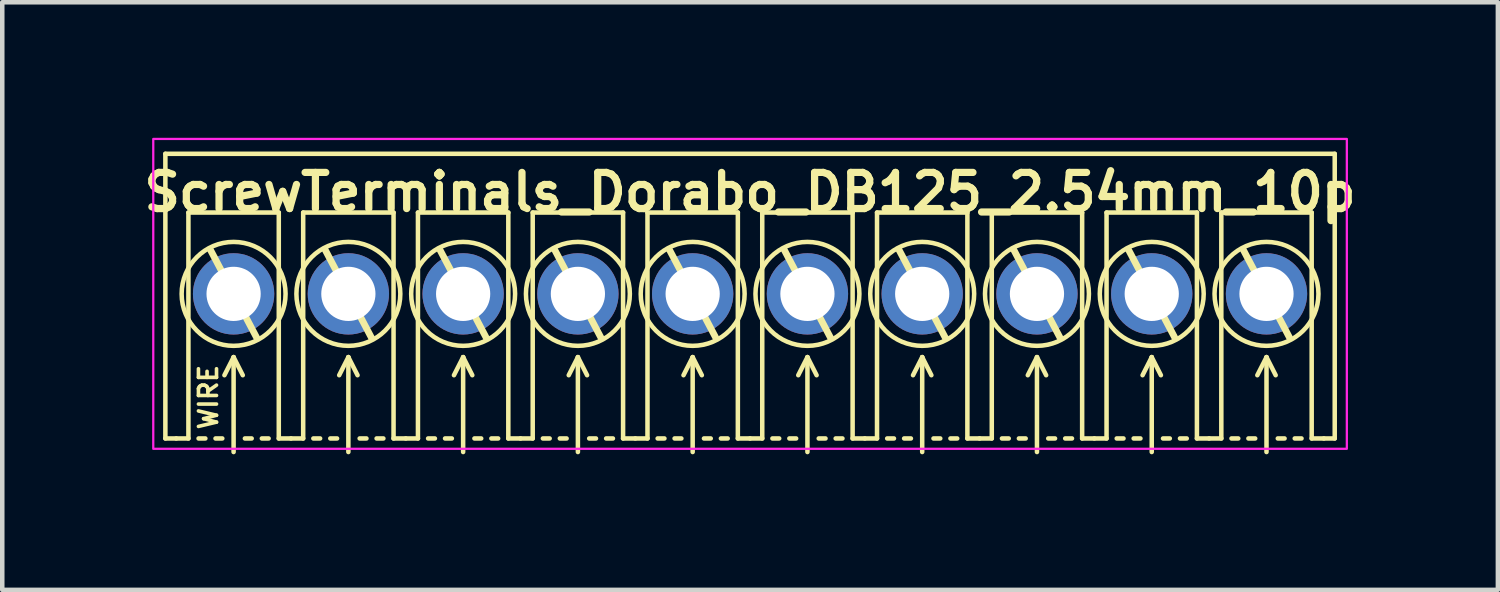
<source format=kicad_pcb>
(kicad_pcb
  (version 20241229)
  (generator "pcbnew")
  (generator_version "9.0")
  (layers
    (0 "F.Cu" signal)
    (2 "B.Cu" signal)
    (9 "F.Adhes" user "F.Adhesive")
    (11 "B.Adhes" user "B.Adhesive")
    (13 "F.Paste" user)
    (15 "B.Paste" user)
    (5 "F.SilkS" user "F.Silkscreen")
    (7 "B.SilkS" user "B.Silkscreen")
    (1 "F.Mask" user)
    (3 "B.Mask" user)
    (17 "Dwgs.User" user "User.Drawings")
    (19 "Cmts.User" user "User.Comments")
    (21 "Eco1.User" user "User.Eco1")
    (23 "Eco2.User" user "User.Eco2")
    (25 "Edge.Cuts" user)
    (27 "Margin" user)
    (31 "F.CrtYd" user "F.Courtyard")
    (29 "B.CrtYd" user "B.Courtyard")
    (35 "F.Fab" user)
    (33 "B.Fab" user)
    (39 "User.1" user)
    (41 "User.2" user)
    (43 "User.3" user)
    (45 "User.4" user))
  (footprint "ScrewTerminals_Dorabo_DB125_2.54mm_10p"
    (layer "F.Cu")
    (at 13.55 3.454)
    (property "Reference" "ScrewTerminals_Dorabo_DB125_2.54mm_10p" (at 0 -2.25 0) (unlocked yes) (layer "F.SilkS") (effects (font (size 0.8 0.8) (thickness 0.16) (bold yes))))
    (attr through_hole)
    (fp_line (start -12.94 -3.1) (end 12.94 -3.1) (stroke (width 0.1) (type default)) (layer "F.SilkS"))
    (fp_line (start -12.94 3.2) (end -12.94 -3.1) (stroke (width 0.1) (type default)) (layer "F.SilkS"))
    (fp_line (start -12.94 3.2) (end -12.7 3.2) (stroke (width 0.1) (type default)) (layer "F.SilkS"))
    (fp_line (start -12.7 3.2) (end -12.43 3.2) (stroke (width 0.1) (type default)) (layer "F.SilkS"))
    (fp_line (start -12.43 -1.8) (end -10.43 -1.8) (stroke (width 0.1) (type solid)) (layer "F.SilkS"))
    (fp_line (start -12.43 3.2) (end -12.43 -1.8) (stroke (width 0.1) (type solid)) (layer "F.SilkS"))
    (fp_line (start -12.205 3.2) (end -12.055 3.2) (stroke (width 0.1) (type default)) (layer "F.SilkS"))
    (fp_line (start -11.938 -0.965) (end -10.922 0.965) (stroke (width 0.15) (type default)) (layer "F.SilkS"))
    (fp_line (start -11.83 3.2) (end -11.68 3.2) (stroke (width 0.1) (type default)) (layer "F.SilkS"))
    (fp_line (start -11.43 1.4) (end -11.633 1.8) (stroke (width 0.1) (type default)) (layer "F.SilkS"))
    (fp_line (start -11.43 1.4) (end -11.227 1.8) (stroke (width 0.1) (type default)) (layer "F.SilkS"))
    (fp_line (start -11.43 3.5) (end -11.43 1.4) (stroke (width 0.1) (type default)) (layer "F.SilkS"))
    (fp_line (start -11.18 3.2) (end -11.03 3.2) (stroke (width 0.1) (type default)) (layer "F.SilkS"))
    (fp_line (start -10.805 3.2) (end -10.655 3.2) (stroke (width 0.1) (type default)) (layer "F.SilkS"))
    (fp_line (start -10.43 -1.8) (end -10.43 3.2) (stroke (width 0.1) (type solid)) (layer "F.SilkS"))
    (fp_line (start -10.43 3.2) (end -10.16 3.2) (stroke (width 0.1) (type default)) (layer "F.SilkS"))
    (fp_line (start -10.16 3.2) (end -9.89 3.2) (stroke (width 0.1) (type default)) (layer "F.SilkS"))
    (fp_line (start -9.89 -1.8) (end -7.89 -1.8) (stroke (width 0.1) (type solid)) (layer "F.SilkS"))
    (fp_line (start -9.89 3.2) (end -9.89 -1.8) (stroke (width 0.1) (type solid)) (layer "F.SilkS"))
    (fp_line (start -9.665 3.2) (end -9.515 3.2) (stroke (width 0.1) (type default)) (layer "F.SilkS"))
    (fp_line (start -9.398 -0.965) (end -8.382 0.965) (stroke (width 0.15) (type default)) (layer "F.SilkS"))
    (fp_line (start -9.29 3.2) (end -9.14 3.2) (stroke (width 0.1) (type default)) (layer "F.SilkS"))
    (fp_line (start -8.89 1.4) (end -9.093 1.8) (stroke (width 0.1) (type default)) (layer "F.SilkS"))
    (fp_line (start -8.89 1.4) (end -8.687 1.8) (stroke (width 0.1) (type default)) (layer "F.SilkS"))
    (fp_line (start -8.89 3.5) (end -8.89 1.4) (stroke (width 0.1) (type default)) (layer "F.SilkS"))
    (fp_line (start -8.64 3.2) (end -8.49 3.2) (stroke (width 0.1) (type default)) (layer "F.SilkS"))
    (fp_line (start -8.265 3.2) (end -8.115 3.2) (stroke (width 0.1) (type default)) (layer "F.SilkS"))
    (fp_line (start -7.89 -1.8) (end -7.89 3.2) (stroke (width 0.1) (type solid)) (layer "F.SilkS"))
    (fp_line (start -7.89 3.2) (end -7.62 3.2) (stroke (width 0.1) (type default)) (layer "F.SilkS"))
    (fp_line (start -7.62 3.2) (end -7.35 3.2) (stroke (width 0.1) (type default)) (layer "F.SilkS"))
    (fp_line (start -7.35 -1.8) (end -5.35 -1.8) (stroke (width 0.1) (type solid)) (layer "F.SilkS"))
    (fp_line (start -7.35 3.2) (end -7.35 -1.8) (stroke (width 0.1) (type solid)) (layer "F.SilkS"))
    (fp_line (start -7.125 3.2) (end -6.975 3.2) (stroke (width 0.1) (type default)) (layer "F.SilkS"))
    (fp_line (start -6.858 -0.965) (end -5.842 0.965) (stroke (width 0.15) (type default)) (layer "F.SilkS"))
    (fp_line (start -6.75 3.2) (end -6.6 3.2) (stroke (width 0.1) (type default)) (layer "F.SilkS"))
    (fp_line (start -6.35 1.4) (end -6.553 1.8) (stroke (width 0.1) (type default)) (layer "F.SilkS"))
    (fp_line (start -6.35 1.4) (end -6.147 1.8) (stroke (width 0.1) (type default)) (layer "F.SilkS"))
    (fp_line (start -6.35 3.5) (end -6.35 1.4) (stroke (width 0.1) (type default)) (layer "F.SilkS"))
    (fp_line (start -6.1 3.2) (end -5.95 3.2) (stroke (width 0.1) (type default)) (layer "F.SilkS"))
    (fp_line (start -5.725 3.2) (end -5.575 3.2) (stroke (width 0.1) (type default)) (layer "F.SilkS"))
    (fp_line (start -5.35 -1.8) (end -5.35 3.2) (stroke (width 0.1) (type solid)) (layer "F.SilkS"))
    (fp_line (start -5.35 3.2) (end -5.08 3.2) (stroke (width 0.1) (type default)) (layer "F.SilkS"))
    (fp_line (start -5.08 3.2) (end -4.81 3.2) (stroke (width 0.1) (type default)) (layer "F.SilkS"))
    (fp_line (start -4.81 -1.8) (end -2.81 -1.8) (stroke (width 0.1) (type solid)) (layer "F.SilkS"))
    (fp_line (start -4.81 3.2) (end -4.81 -1.8) (stroke (width 0.1) (type solid)) (layer "F.SilkS"))
    (fp_line (start -4.585 3.2) (end -4.435 3.2) (stroke (width 0.1) (type default)) (layer "F.SilkS"))
    (fp_line (start -4.318 -0.965) (end -3.302 0.965) (stroke (width 0.15) (type default)) (layer "F.SilkS"))
    (fp_line (start -4.21 3.2) (end -4.06 3.2) (stroke (width 0.1) (type default)) (layer "F.SilkS"))
    (fp_line (start -3.81 1.4) (end -4.013 1.8) (stroke (width 0.1) (type default)) (layer "F.SilkS"))
    (fp_line (start -3.81 1.4) (end -3.607 1.8) (stroke (width 0.1) (type default)) (layer "F.SilkS"))
    (fp_line (start -3.81 3.5) (end -3.81 1.4) (stroke (width 0.1) (type default)) (layer "F.SilkS"))
    (fp_line (start -3.56 3.2) (end -3.41 3.2) (stroke (width 0.1) (type default)) (layer "F.SilkS"))
    (fp_line (start -3.185 3.2) (end -3.035 3.2) (stroke (width 0.1) (type default)) (layer "F.SilkS"))
    (fp_line (start -2.81 -1.8) (end -2.81 3.2) (stroke (width 0.1) (type solid)) (layer "F.SilkS"))
    (fp_line (start -2.81 3.2) (end -2.54 3.2) (stroke (width 0.1) (type default)) (layer "F.SilkS"))
    (fp_line (start -2.54 3.2) (end -2.27 3.2) (stroke (width 0.1) (type default)) (layer "F.SilkS"))
    (fp_line (start -2.27 -1.8) (end -0.27 -1.8) (stroke (width 0.1) (type solid)) (layer "F.SilkS"))
    (fp_line (start -2.27 3.2) (end -2.27 -1.8) (stroke (width 0.1) (type solid)) (layer "F.SilkS"))
    (fp_line (start -2.045 3.2) (end -1.895 3.2) (stroke (width 0.1) (type default)) (layer "F.SilkS"))
    (fp_line (start -1.778 -0.965) (end -0.762 0.965) (stroke (width 0.15) (type default)) (layer "F.SilkS"))
    (fp_line (start -1.67 3.2) (end -1.52 3.2) (stroke (width 0.1) (type default)) (layer "F.SilkS"))
    (fp_line (start -1.27 1.4) (end -1.473 1.8) (stroke (width 0.1) (type default)) (layer "F.SilkS"))
    (fp_line (start -1.27 1.4) (end -1.067 1.8) (stroke (width 0.1) (type default)) (layer "F.SilkS"))
    (fp_line (start -1.27 3.5) (end -1.27 1.4) (stroke (width 0.1) (type default)) (layer "F.SilkS"))
    (fp_line (start -1.02 3.2) (end -0.87 3.2) (stroke (width 0.1) (type default)) (layer "F.SilkS"))
    (fp_line (start -0.645 3.2) (end -0.495 3.2) (stroke (width 0.1) (type default)) (layer "F.SilkS"))
    (fp_line (start -0.27 -1.8) (end -0.27 3.2) (stroke (width 0.1) (type solid)) (layer "F.SilkS"))
    (fp_line (start -0.27 3.2) (end 0 3.2) (stroke (width 0.1) (type default)) (layer "F.SilkS"))
    (fp_line (start 0 3.2) (end 0.27 3.2) (stroke (width 0.1) (type default)) (layer "F.SilkS"))
    (fp_line (start 0.27 -1.8) (end 2.27 -1.8) (stroke (width 0.1) (type solid)) (layer "F.SilkS"))
    (fp_line (start 0.27 3.2) (end 0.27 -1.8) (stroke (width 0.1) (type solid)) (layer "F.SilkS"))
    (fp_line (start 0.495 3.2) (end 0.645 3.2) (stroke (width 0.1) (type default)) (layer "F.SilkS"))
    (fp_line (start 0.762 -0.965) (end 1.778 0.965) (stroke (width 0.15) (type default)) (layer "F.SilkS"))
    (fp_line (start 0.87 3.2) (end 1.02 3.2) (stroke (width 0.1) (type default)) (layer "F.SilkS"))
    (fp_line (start 1.27 1.4) (end 1.067 1.8) (stroke (width 0.1) (type default)) (layer "F.SilkS"))
    (fp_line (start 1.27 1.4) (end 1.473 1.8) (stroke (width 0.1) (type default)) (layer "F.SilkS"))
    (fp_line (start 1.27 3.5) (end 1.27 1.4) (stroke (width 0.1) (type default)) (layer "F.SilkS"))
    (fp_line (start 1.52 3.2) (end 1.67 3.2) (stroke (width 0.1) (type default)) (layer "F.SilkS"))
    (fp_line (start 1.895 3.2) (end 2.045 3.2) (stroke (width 0.1) (type default)) (layer "F.SilkS"))
    (fp_line (start 2.27 -1.8) (end 2.27 3.2) (stroke (width 0.1) (type solid)) (layer "F.SilkS"))
    (fp_line (start 2.27 3.2) (end 2.54 3.2) (stroke (width 0.1) (type default)) (layer "F.SilkS"))
    (fp_line (start 2.54 3.2) (end 2.81 3.2) (stroke (width 0.1) (type default)) (layer "F.SilkS"))
    (fp_line (start 2.81 -1.8) (end 4.81 -1.8) (stroke (width 0.1) (type solid)) (layer "F.SilkS"))
    (fp_line (start 2.81 3.2) (end 2.81 -1.8) (stroke (width 0.1) (type solid)) (layer "F.SilkS"))
    (fp_line (start 3.035 3.2) (end 3.185 3.2) (stroke (width 0.1) (type default)) (layer "F.SilkS"))
    (fp_line (start 3.302 -0.965) (end 4.318 0.965) (stroke (width 0.15) (type default)) (layer "F.SilkS"))
    (fp_line (start 3.41 3.2) (end 3.56 3.2) (stroke (width 0.1) (type default)) (layer "F.SilkS"))
    (fp_line (start 3.81 1.4) (end 3.607 1.8) (stroke (width 0.1) (type default)) (layer "F.SilkS"))
    (fp_line (start 3.81 1.4) (end 4.013 1.8) (stroke (width 0.1) (type default)) (layer "F.SilkS"))
    (fp_line (start 3.81 3.5) (end 3.81 1.4) (stroke (width 0.1) (type default)) (layer "F.SilkS"))
    (fp_line (start 4.06 3.2) (end 4.21 3.2) (stroke (width 0.1) (type default)) (layer "F.SilkS"))
    (fp_line (start 4.435 3.2) (end 4.585 3.2) (stroke (width 0.1) (type default)) (layer "F.SilkS"))
    (fp_line (start 4.81 -1.8) (end 4.81 3.2) (stroke (width 0.1) (type solid)) (layer "F.SilkS"))
    (fp_line (start 4.81 3.2) (end 5.08 3.2) (stroke (width 0.1) (type default)) (layer "F.SilkS"))
    (fp_line (start 5.08 3.2) (end 5.35 3.2) (stroke (width 0.1) (type default)) (layer "F.SilkS"))
    (fp_line (start 5.35 -1.8) (end 7.35 -1.8) (stroke (width 0.1) (type solid)) (layer "F.SilkS"))
    (fp_line (start 5.35 3.2) (end 5.35 -1.8) (stroke (width 0.1) (type solid)) (layer "F.SilkS"))
    (fp_line (start 5.575 3.2) (end 5.725 3.2) (stroke (width 0.1) (type default)) (layer "F.SilkS"))
    (fp_line (start 5.842 -0.965) (end 6.858 0.965) (stroke (width 0.15) (type default)) (layer "F.SilkS"))
    (fp_line (start 5.95 3.2) (end 6.1 3.2) (stroke (width 0.1) (type default)) (layer "F.SilkS"))
    (fp_line (start 6.35 1.4) (end 6.147 1.8) (stroke (width 0.1) (type default)) (layer "F.SilkS"))
    (fp_line (start 6.35 1.4) (end 6.553 1.8) (stroke (width 0.1) (type default)) (layer "F.SilkS"))
    (fp_line (start 6.35 3.5) (end 6.35 1.4) (stroke (width 0.1) (type default)) (layer "F.SilkS"))
    (fp_line (start 6.6 3.2) (end 6.75 3.2) (stroke (width 0.1) (type default)) (layer "F.SilkS"))
    (fp_line (start 6.975 3.2) (end 7.125 3.2) (stroke (width 0.1) (type default)) (layer "F.SilkS"))
    (fp_line (start 7.35 -1.8) (end 7.35 3.2) (stroke (width 0.1) (type solid)) (layer "F.SilkS"))
    (fp_line (start 7.35 3.2) (end 7.62 3.2) (stroke (width 0.1) (type default)) (layer "F.SilkS"))
    (fp_line (start 7.62 3.2) (end 7.89 3.2) (stroke (width 0.1) (type default)) (layer "F.SilkS"))
    (fp_line (start 7.89 -1.8) (end 9.89 -1.8) (stroke (width 0.1) (type solid)) (layer "F.SilkS"))
    (fp_line (start 7.89 3.2) (end 7.89 -1.8) (stroke (width 0.1) (type solid)) (layer "F.SilkS"))
    (fp_line (start 8.115 3.2) (end 8.265 3.2) (stroke (width 0.1) (type default)) (layer "F.SilkS"))
    (fp_line (start 8.382 -0.965) (end 9.398 0.965) (stroke (width 0.15) (type default)) (layer "F.SilkS"))
    (fp_line (start 8.49 3.2) (end 8.64 3.2) (stroke (width 0.1) (type default)) (layer "F.SilkS"))
    (fp_line (start 8.89 1.4) (end 8.687 1.8) (stroke (width 0.1) (type default)) (layer "F.SilkS"))
    (fp_line (start 8.89 1.4) (end 9.093 1.8) (stroke (width 0.1) (type default)) (layer "F.SilkS"))
    (fp_line (start 8.89 3.5) (end 8.89 1.4) (stroke (width 0.1) (type default)) (layer "F.SilkS"))
    (fp_line (start 9.14 3.2) (end 9.29 3.2) (stroke (width 0.1) (type default)) (layer "F.SilkS"))
    (fp_line (start 9.515 3.2) (end 9.665 3.2) (stroke (width 0.1) (type default)) (layer "F.SilkS"))
    (fp_line (start 9.89 -1.8) (end 9.89 3.2) (stroke (width 0.1) (type solid)) (layer "F.SilkS"))
    (fp_line (start 9.89 3.2) (end 10.16 3.2) (stroke (width 0.1) (type default)) (layer "F.SilkS"))
    (fp_line (start 10.16 3.2) (end 10.43 3.2) (stroke (width 0.1) (type default)) (layer "F.SilkS"))
    (fp_line (start 10.43 -1.8) (end 12.43 -1.8) (stroke (width 0.1) (type solid)) (layer "F.SilkS"))
    (fp_line (start 10.43 3.2) (end 10.43 -1.8) (stroke (width 0.1) (type solid)) (layer "F.SilkS"))
    (fp_line (start 10.655 3.2) (end 10.805 3.2) (stroke (width 0.1) (type default)) (layer "F.SilkS"))
    (fp_line (start 10.922 -0.965) (end 11.938 0.965) (stroke (width 0.15) (type default)) (layer "F.SilkS"))
    (fp_line (start 11.03 3.2) (end 11.18 3.2) (stroke (width 0.1) (type default)) (layer "F.SilkS"))
    (fp_line (start 11.43 1.4) (end 11.227 1.8) (stroke (width 0.1) (type default)) (layer "F.SilkS"))
    (fp_line (start 11.43 1.4) (end 11.633 1.8) (stroke (width 0.1) (type default)) (layer "F.SilkS"))
    (fp_line (start 11.43 3.5) (end 11.43 1.4) (stroke (width 0.1) (type default)) (layer "F.SilkS"))
    (fp_line (start 11.68 3.2) (end 11.83 3.2) (stroke (width 0.1) (type default)) (layer "F.SilkS"))
    (fp_line (start 12.055 3.2) (end 12.205 3.2) (stroke (width 0.1) (type default)) (layer "F.SilkS"))
    (fp_line (start 12.43 -1.8) (end 12.43 3.2) (stroke (width 0.1) (type solid)) (layer "F.SilkS"))
    (fp_line (start 12.43 3.2) (end 12.7 3.2) (stroke (width 0.1) (type default)) (layer "F.SilkS"))
    (fp_line (start 12.94 3.2) (end 12.7 3.2) (stroke (width 0.1) (type default)) (layer "F.SilkS"))
    (fp_line (start 12.94 3.2) (end 12.94 -3.1) (stroke (width 0.1) (type default)) (layer "F.SilkS"))
    (fp_circle (center -11.43 0) (end -12.58 0) (stroke (width 0.1) (type default)) (fill no) (layer "F.SilkS"))
    (fp_circle (center -8.89 0) (end -10.04 0) (stroke (width 0.1) (type default)) (fill no) (layer "F.SilkS"))
    (fp_circle (center -6.35 0) (end -7.5 0) (stroke (width 0.1) (type default)) (fill no) (layer "F.SilkS"))
    (fp_circle (center -3.81 0) (end -4.96 0) (stroke (width 0.1) (type default)) (fill no) (layer "F.SilkS"))
    (fp_circle (center -1.27 0) (end -2.42 0) (stroke (width 0.1) (type default)) (fill no) (layer "F.SilkS"))
    (fp_circle (center 1.27 0) (end 0.12 0) (stroke (width 0.1) (type default)) (fill no) (layer "F.SilkS"))
    (fp_circle (center 3.81 0) (end 2.66 0) (stroke (width 0.1) (type default)) (fill no) (layer "F.SilkS"))
    (fp_circle (center 6.35 0) (end 5.2 0) (stroke (width 0.1) (type default)) (fill no) (layer "F.SilkS"))
    (fp_circle (center 8.89 0) (end 7.74 0) (stroke (width 0.1) (type default)) (fill no) (layer "F.SilkS"))
    (fp_circle (center 11.43 0) (end 10.28 0) (stroke (width 0.1) (type default)) (fill no) (layer "F.SilkS"))
    (fp_rect (start -13.208 -3.429) (end 13.208 3.429) (stroke (width 0.05) (type default)) (fill no) (layer "F.CrtYd"))
    (fp_text user "WIRE" (at -11.989 2.286 90) (unlocked yes) (layer "F.SilkS") (effects (font (size 0.4 0.4) (thickness 0.08) (bold yes))))
    (pad "1" thru_hole circle (at -11.43 0) (size 1.8 1.8) (drill 1.2) (layers "*.Cu" "*.Mask"))
    (pad "2" thru_hole circle (at -8.89 0) (size 1.8 1.8) (drill 1.2) (layers "*.Cu" "*.Mask"))
    (pad "3" thru_hole circle (at -6.35 0) (size 1.8 1.8) (drill 1.2) (layers "*.Cu" "*.Mask"))
    (pad "4" thru_hole circle (at -3.81 0) (size 1.8 1.8) (drill 1.2) (layers "*.Cu" "*.Mask"))
    (pad "5" thru_hole circle (at -1.27 0) (size 1.8 1.8) (drill 1.2) (layers "*.Cu" "*.Mask"))
    (pad "6" thru_hole circle (at 1.27 0) (size 1.8 1.8) (drill 1.2) (layers "*.Cu" "*.Mask"))
    (pad "7" thru_hole circle (at 3.81 0) (size 1.8 1.8) (drill 1.2) (layers "*.Cu" "*.Mask"))
    (pad "8" thru_hole circle (at 6.35 0) (size 1.8 1.8) (drill 1.2) (layers "*.Cu" "*.Mask"))
    (pad "9" thru_hole circle (at 8.89 0) (size 1.8 1.8) (drill 1.2) (layers "*.Cu" "*.Mask"))
    (pad "10" thru_hole circle (at 11.43 0) (size 1.8 1.8) (drill 1.2) (layers "*.Cu" "*.Mask")))
  (gr_rect
    (start -3 -3)
    (end 30.101 10.004)
    (stroke (width 0.1) (type default))
    (fill no)
    (layer "Edge.Cuts")))
</source>
